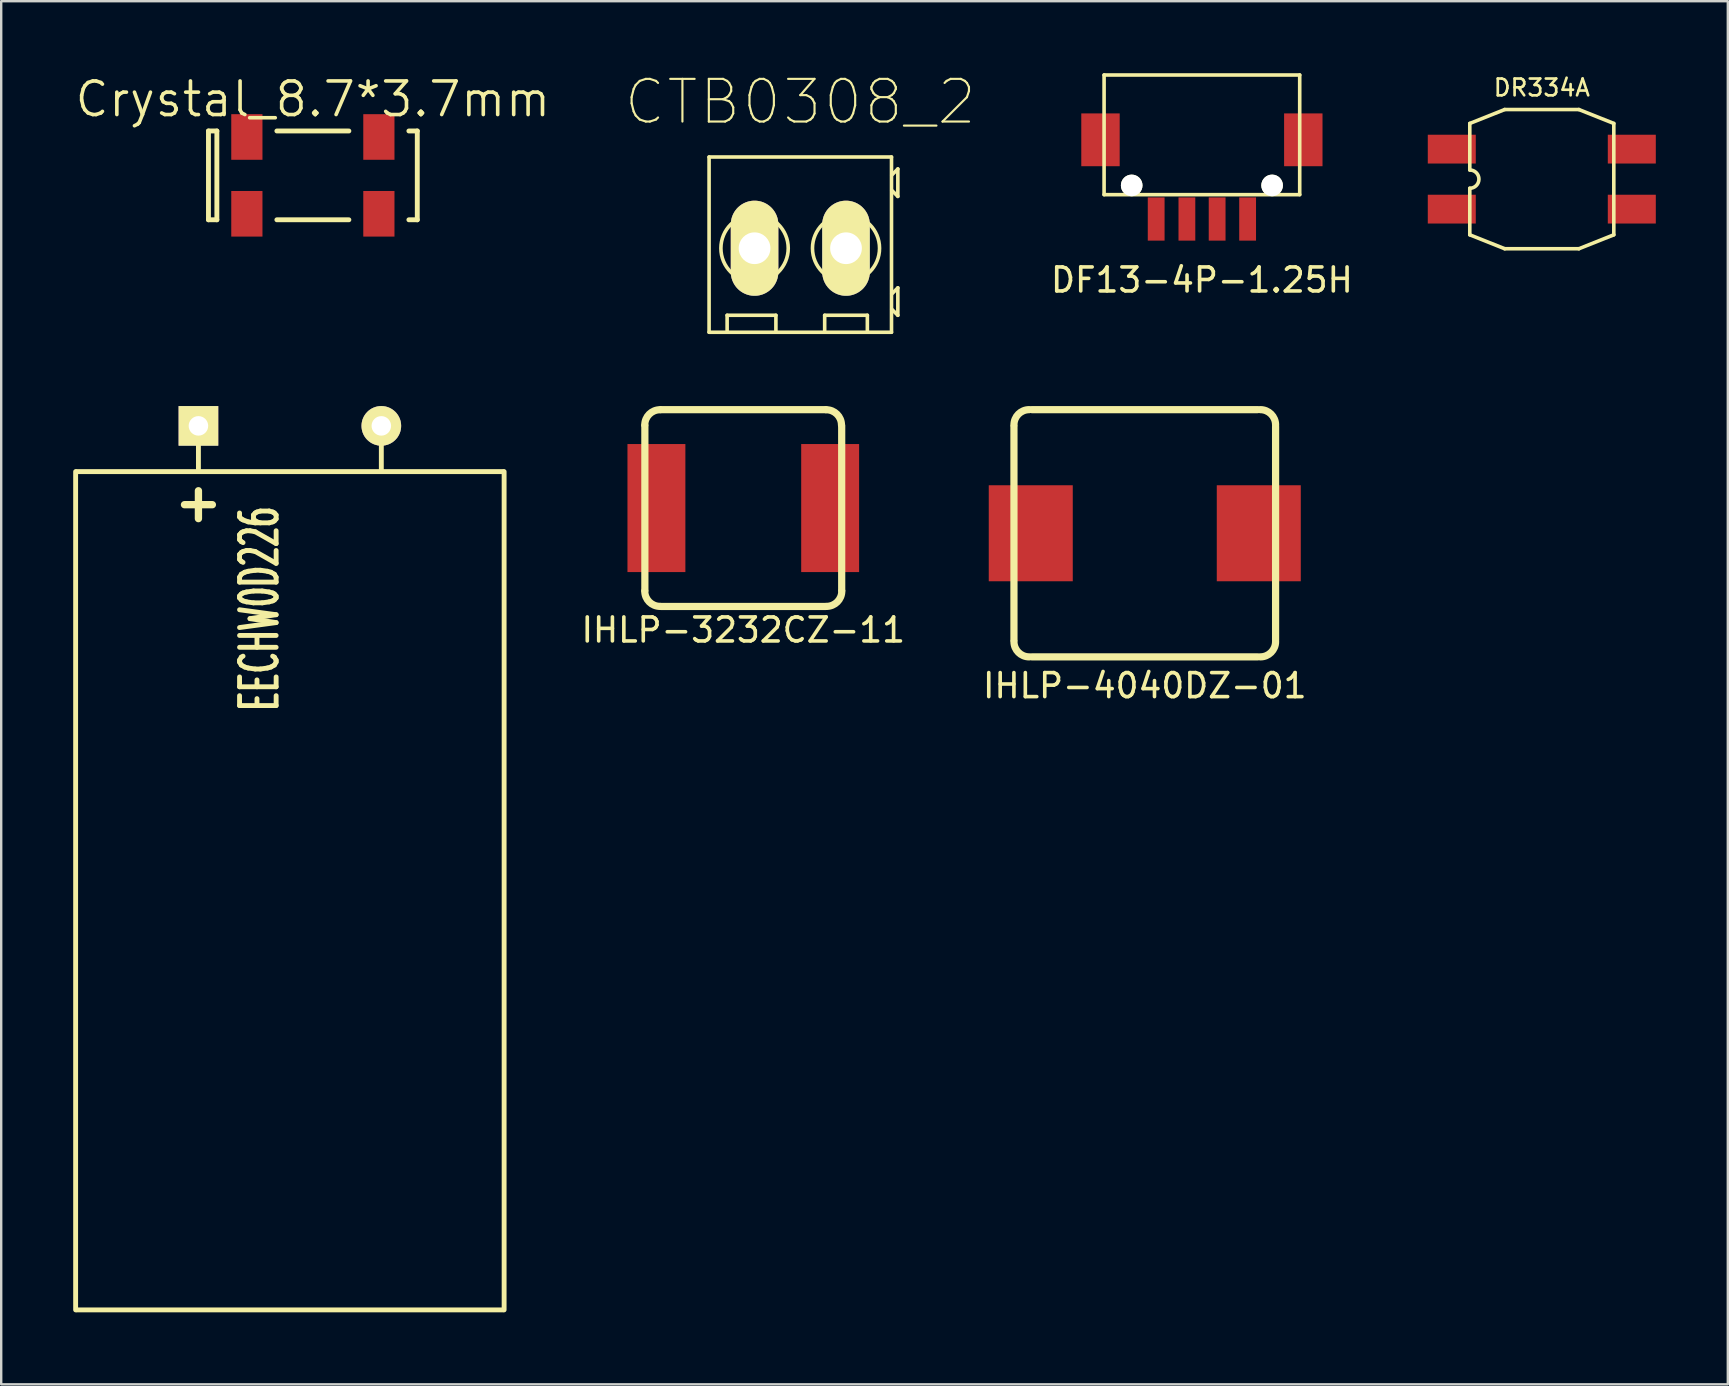
<source format=kicad_pcb>
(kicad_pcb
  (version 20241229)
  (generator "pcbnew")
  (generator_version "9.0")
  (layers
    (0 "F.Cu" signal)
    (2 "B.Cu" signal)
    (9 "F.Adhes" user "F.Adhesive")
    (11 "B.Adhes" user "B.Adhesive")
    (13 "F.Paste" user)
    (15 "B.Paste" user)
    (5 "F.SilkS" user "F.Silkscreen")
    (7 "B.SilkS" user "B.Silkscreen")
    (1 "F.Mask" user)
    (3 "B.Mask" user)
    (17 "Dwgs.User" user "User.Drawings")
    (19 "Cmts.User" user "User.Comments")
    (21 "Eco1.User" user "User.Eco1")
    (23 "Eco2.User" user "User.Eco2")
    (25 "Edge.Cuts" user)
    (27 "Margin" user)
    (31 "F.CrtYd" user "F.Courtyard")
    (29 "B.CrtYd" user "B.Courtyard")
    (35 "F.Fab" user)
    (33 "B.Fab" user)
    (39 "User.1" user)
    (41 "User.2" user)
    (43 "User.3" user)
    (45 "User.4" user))
  (footprint "CTB0308_2"
    (layer "F.Cu")
    (at 30.292 7.292)
    (property "Reference" "CTB0308_2" (at 0 -6.096 0) (layer "F.SilkS") (effects (font (size 1.778 1.778) (thickness 0.089))))
    (attr exclude_from_pos_files exclude_from_bom)
    (fp_line (start -3.8 -3.8) (end -3.8 3.5) (stroke (width 0.15) (type solid)) (layer "F.SilkS"))
    (fp_line (start -3.8 -3.8) (end 3.8 -3.8) (stroke (width 0.15) (type solid)) (layer "F.SilkS"))
    (fp_line (start -3.8 3.5) (end 3.8 3.5) (stroke (width 0.15) (type solid)) (layer "F.SilkS"))
    (fp_line (start -3.048 2.794) (end -3.048 3.429) (stroke (width 0.15) (type solid)) (layer "F.SilkS"))
    (fp_line (start -3.048 2.794) (end -1.016 2.794) (stroke (width 0.15) (type solid)) (layer "F.SilkS"))
    (fp_line (start -2.667 1.143) (end -1.143 -1.143) (stroke (width 0.15) (type solid)) (layer "F.SilkS"))
    (fp_line (start -1.016 2.794) (end -1.016 3.429) (stroke (width 0.15) (type solid)) (layer "F.SilkS"))
    (fp_line (start 1.016 2.794) (end 1.016 3.429) (stroke (width 0.15) (type solid)) (layer "F.SilkS"))
    (fp_line (start 1.016 2.794) (end 2.794 2.794) (stroke (width 0.15) (type solid)) (layer "F.SilkS"))
    (fp_line (start 1.143 1.143) (end 2.667 -1.143) (stroke (width 0.15) (type solid)) (layer "F.SilkS"))
    (fp_line (start 2.794 2.794) (end 2.794 3.429) (stroke (width 0.15) (type solid)) (layer "F.SilkS"))
    (fp_line (start 3.8 -3.8) (end 3.8 3.5) (stroke (width 0.15) (type solid)) (layer "F.SilkS"))
    (fp_line (start 3.81 -3.048) (end 4.064 -3.302) (stroke (width 0.15) (type solid)) (layer "F.SilkS"))
    (fp_line (start 3.81 1.905) (end 4.064 1.651) (stroke (width 0.15) (type solid)) (layer "F.SilkS"))
    (fp_line (start 4.064 -3.302) (end 4.064 -2.159) (stroke (width 0.15) (type solid)) (layer "F.SilkS"))
    (fp_line (start 4.064 -2.159) (end 3.81 -2.413) (stroke (width 0.15) (type solid)) (layer "F.SilkS"))
    (fp_line (start 4.064 1.651) (end 4.064 2.794) (stroke (width 0.15) (type solid)) (layer "F.SilkS"))
    (fp_line (start 4.064 2.794) (end 3.81 2.54) (stroke (width 0.15) (type solid)) (layer "F.SilkS"))
    (fp_circle (center -1.905 0) (end -0.508 0.127) (stroke (width 0.15) (type solid)) (fill no) (layer "F.SilkS"))
    (fp_circle (center 1.905 0) (end 3.302 0) (stroke (width 0.15) (type solid)) (fill no) (layer "F.SilkS"))
    (pad "1" thru_hole oval (at -1.905 0) (size 1.981 3.962) (drill 1.321) (layers "*.Cu" "F.Mask" "F.SilkS" "F.Paste"))
    (pad "2" thru_hole oval (at 1.905 0) (size 1.981 3.962) (drill 1.321) (layers "*.Cu" "F.Mask" "F.SilkS" "F.Paste")))
  (footprint "DR334A"
    (layer "F.Cu")
    (at 61.185 4.413)
    (property "Reference" "DR334A" (at 0 -3.81 0) (layer "F.SilkS") (effects (font (size 0.7 0.7) (thickness 0.11))))
    (attr through_hole)
    (fp_line (start -3 -2.32) (end -1.545 -2.9) (stroke (width 0.15) (type solid)) (layer "F.SilkS"))
    (fp_line (start -3 -0.381) (end -3 -2.32) (stroke (width 0.15) (type solid)) (layer "F.SilkS"))
    (fp_line (start -3 2.32) (end -3 0.381) (stroke (width 0.15) (type solid)) (layer "F.SilkS"))
    (fp_line (start -1.545 -2.9) (end 1.545 -2.9) (stroke (width 0.15) (type solid)) (layer "F.SilkS"))
    (fp_line (start -1.545 2.9) (end -3 2.32) (stroke (width 0.15) (type solid)) (layer "F.SilkS"))
    (fp_line (start 1.545 -2.9) (end 3 -2.32) (stroke (width 0.15) (type solid)) (layer "F.SilkS"))
    (fp_line (start 1.545 2.9) (end -1.545 2.9) (stroke (width 0.15) (type solid)) (layer "F.SilkS"))
    (fp_line (start 3 -2.32) (end 3 2.32) (stroke (width 0.15) (type solid)) (layer "F.SilkS"))
    (fp_line (start 3 2.32) (end 1.545 2.9) (stroke (width 0.15) (type solid)) (layer "F.SilkS"))
    (fp_arc (start -3 -0.381) (mid -2.619 0) (end -3 0.381) (stroke (width 0.15) (type solid)) (layer "F.SilkS"))
    (pad "1" smd rect (at -3.75 -1.25) (size 2 1.2) (layers "F.Cu" "F.Mask" "F.Paste"))
    (pad "2" smd rect (at -3.75 1.25) (size 2 1.2) (layers "F.Cu" "F.Mask" "F.Paste"))
    (pad "3" smd rect (at 3.75 1.25) (size 2 1.2) (layers "F.Cu" "F.Mask" "F.Paste"))
    (pad "4" smd rect (at 3.75 -1.25) (size 2 1.2) (layers "F.Cu" "F.Mask" "F.Paste")))
  (footprint "DF13-4P-1.25H"
    (layer "F.Cu")
    (at 47.024 6.075)
    (property "Reference" "DF13-4P-1.25H" (at 0 2.54 0) (layer "F.SilkS") (effects (font (size 1 1) (thickness 0.15))))
    (attr through_hole)
    (fp_line (start -4.075 -6) (end -4.075 -1.016) (stroke (width 0.15) (type solid)) (layer "F.SilkS"))
    (fp_line (start -4.075 -1.016) (end 4.075 -1.016) (stroke (width 0.15) (type solid)) (layer "F.SilkS"))
    (fp_line (start 4.075 -6) (end -4.075 -6) (stroke (width 0.15) (type solid)) (layer "F.SilkS"))
    (fp_line (start 4.075 -1.016) (end 4.075 -6) (stroke (width 0.15) (type solid)) (layer "F.SilkS"))
    (pad "" np_thru_hole circle (at -2.925 -1.4) (size 0.9 0.9) (drill 0.9) (layers "*.Cu" "*.Mask" "F.SilkS"))
    (pad "" np_thru_hole circle (at 2.925 -1.4) (size 0.9 0.9) (drill 0.9) (layers "*.Cu" "*.Mask" "F.SilkS"))
    (pad "1" smd rect (at -1.905 0) (size 0.7 1.8) (layers "F.Cu" "F.Mask" "F.Paste"))
    (pad "2" smd rect (at -0.625 0) (size 0.7 1.8) (layers "F.Cu" "F.Mask" "F.Paste"))
    (pad "3" smd rect (at 0.635 0) (size 0.7 1.8) (layers "F.Cu" "F.Mask" "F.Paste"))
    (pad "4" smd rect (at 1.905 0) (size 0.7 1.8) (layers "F.Cu" "F.Mask" "F.Paste"))
    (pad "5" smd rect (at -4.225 -3.3) (size 1.6 2.2) (layers "F.Cu" "F.Mask" "F.Paste"))
    (pad "6" smd rect (at 4.225 -3.3) (size 1.6 2.2) (layers "F.Cu" "F.Mask" "F.Paste")))
  (footprint "EECHW0D226"
    (layer "F.Cu")
    (at 9.027 14.693)
    (property "Reference" "EECHW0D226" (at -1.267 7.62 90) (layer "F.SilkS") (effects (font (size 1.524 0.864) (thickness 0.203))))
    (attr through_hole)
    (fp_line (start -8.926 1.905) (end -8.926 36.83) (stroke (width 0.203) (type solid)) (layer "F.SilkS"))
    (fp_line (start -8.89 36.83) (end 8.89 36.83) (stroke (width 0.203) (type solid)) (layer "F.SilkS"))
    (fp_line (start -3.81 0) (end -3.81 1.905) (stroke (width 0.203) (type solid)) (layer "F.SilkS"))
    (fp_line (start 3.81 0) (end 3.81 1.905) (stroke (width 0.203) (type solid)) (layer "F.SilkS"))
    (fp_line (start 8.89 1.905) (end -8.89 1.905) (stroke (width 0.203) (type solid)) (layer "F.SilkS"))
    (fp_line (start 8.926 36.83) (end 8.926 1.905) (stroke (width 0.203) (type solid)) (layer "F.SilkS"))
    (fp_text user "+" (at -3.81 3.175 0) (layer "F.SilkS") (effects (font (size 1.524 1.524) (thickness 0.305))))
    (pad "1" thru_hole rect (at -3.81 0) (size 1.651 1.651) (drill 0.813) (layers "*.Cu" "*.Mask" "F.SilkS"))
    (pad "2" thru_hole circle (at 3.81 0) (size 1.651 1.651) (drill 0.813) (layers "*.Cu" "*.Mask" "F.SilkS")))
  (footprint "Crystal_8.7*3.7mm"
    (layer "F.Cu")
    (at 9.985 4.257)
    (property "Reference" "Crystal_8.7*3.7mm" (at 0 -3.175 0) (layer "F.SilkS") (effects (font (size 1.4 1.4) (thickness 0.15))))
    (attr smd)
    (fp_line (start -4.35 -1.85) (end -4 -1.85) (stroke (width 0.203) (type solid)) (layer "F.SilkS"))
    (fp_line (start -4.35 1.85) (end -4.35 -1.85) (stroke (width 0.203) (type solid)) (layer "F.SilkS"))
    (fp_line (start -4.35 1.85) (end -4 1.85) (stroke (width 0.203) (type solid)) (layer "F.SilkS"))
    (fp_line (start -4 -1.85) (end -4 1.85) (stroke (width 0.203) (type solid)) (layer "F.SilkS"))
    (fp_line (start -1.5 1.85) (end 1.5 1.85) (stroke (width 0.203) (type solid)) (layer "F.SilkS"))
    (fp_line (start 1.5 -1.85) (end -1.5 -1.85) (stroke (width 0.203) (type solid)) (layer "F.SilkS"))
    (fp_line (start 4.35 -1.85) (end 4 -1.85) (stroke (width 0.203) (type solid)) (layer "F.SilkS"))
    (fp_line (start 4.35 1.85) (end 4 1.85) (stroke (width 0.203) (type solid)) (layer "F.SilkS"))
    (fp_line (start 4.35 1.85) (end 4.35 -1.85) (stroke (width 0.203) (type solid)) (layer "F.SilkS"))
    (pad "1" smd rect (at -2.75 1.6) (size 1.3 1.9) (layers "F.Cu" "F.Mask" "F.Paste"))
    (pad "2" smd rect (at 2.75 1.6) (size 1.3 1.9) (layers "F.Cu" "F.Mask" "F.Paste"))
    (pad "3" smd rect (at 2.75 -1.6) (size 1.3 1.9) (layers "F.Cu" "F.Mask" "F.Paste"))
    (pad "4" smd rect (at -2.75 -1.6) (size 1.3 1.9) (layers "F.Cu" "F.Mask" "F.Paste")))
  (footprint "IHLP-4040DZ-01"
    (layer "F.Cu")
    (at 44.644 19.167)
    (property "Reference" "IHLP-4040DZ-01" (at 0 6.35 0) (layer "F.SilkS") (effects (font (size 1 1) (thickness 0.15))))
    (attr through_hole)
    (fp_line (start -5.45 -4.445) (end -5.45 4.445) (stroke (width 0.3) (type solid)) (layer "F.SilkS"))
    (fp_line (start 4.7 -5.15) (end -4.7 -5.15) (stroke (width 0.3) (type solid)) (layer "F.SilkS"))
    (fp_line (start 4.7 5.15) (end -4.7 5.15) (stroke (width 0.3) (type solid)) (layer "F.SilkS"))
    (fp_line (start 5.45 -4.445) (end 5.45 4.445) (stroke (width 0.3) (type solid)) (layer "F.SilkS"))
    (fp_arc (start -5.45 -4.515) (mid -5.264013 -4.964013) (end -4.815 -5.15) (stroke (width 0.3) (type solid)) (layer "F.SilkS"))
    (fp_arc (start -4.815 5.15) (mid -5.264013 4.964013) (end -5.45 4.515) (stroke (width 0.3) (type solid)) (layer "F.SilkS"))
    (fp_arc (start 4.815 -5.15) (mid 5.264013 -4.964013) (end 5.45 -4.515) (stroke (width 0.3) (type solid)) (layer "F.SilkS"))
    (fp_arc (start 5.45 4.515) (mid 5.264013 4.964013) (end 4.815 5.15) (stroke (width 0.3) (type solid)) (layer "F.SilkS"))
    (pad "1" smd rect (at -4.75 0) (size 3.5 4) (layers "F.Cu" "F.Mask" "F.Paste"))
    (pad "2" smd rect (at 4.75 0) (size 3.5 4) (layers "F.Cu" "F.Mask" "F.Paste")))
  (footprint "IHLP-3232CZ-11"
    (layer "F.Cu")
    (at 27.917 18.117)
    (property "Reference" "IHLP-3232CZ-11" (at 0 5.08 0) (layer "F.SilkS") (effects (font (size 1 1) (thickness 0.15))))
    (attr through_hole)
    (fp_line (start -4.1 -3.43) (end -4.1 3.43) (stroke (width 0.3) (type solid)) (layer "F.SilkS"))
    (fp_line (start 3.43 -4.1) (end -3.43 -4.1) (stroke (width 0.3) (type solid)) (layer "F.SilkS"))
    (fp_line (start 3.43 4.1) (end -3.43 4.1) (stroke (width 0.3) (type solid)) (layer "F.SilkS"))
    (fp_line (start 4.1 -3.43) (end 4.1 3.43) (stroke (width 0.3) (type solid)) (layer "F.SilkS"))
    (fp_arc (start -4.1038 -3.4609) (mid -3.917813 -3.909913) (end -3.4688 -4.0959) (stroke (width 0.3) (type solid)) (layer "F.SilkS"))
    (fp_arc (start -3.4688 4.0959) (mid -3.917813 3.909913) (end -4.1038 3.4609) (stroke (width 0.3) (type solid)) (layer "F.SilkS"))
    (fp_arc (start 3.4561 -4.0959) (mid 3.905113 -3.909913) (end 4.0911 -3.4609) (stroke (width 0.3) (type solid)) (layer "F.SilkS"))
    (fp_arc (start 4.1038 3.4609) (mid 3.917813 3.909913) (end 3.4688 4.0959) (stroke (width 0.3) (type solid)) (layer "F.SilkS"))
    (pad "1" smd rect (at -3.619 0) (size 2.413 5.334) (layers "F.Cu" "F.Mask" "F.Paste"))
    (pad "2" smd rect (at 3.619 0) (size 2.413 5.334) (layers "F.Cu" "F.Mask" "F.Paste")))
  (gr_rect
    (start -3 -3)
    (end 68.935 54.624)
    (stroke (width 0.1) (type default))
    (fill no)
    (layer "Edge.Cuts")))
</source>
